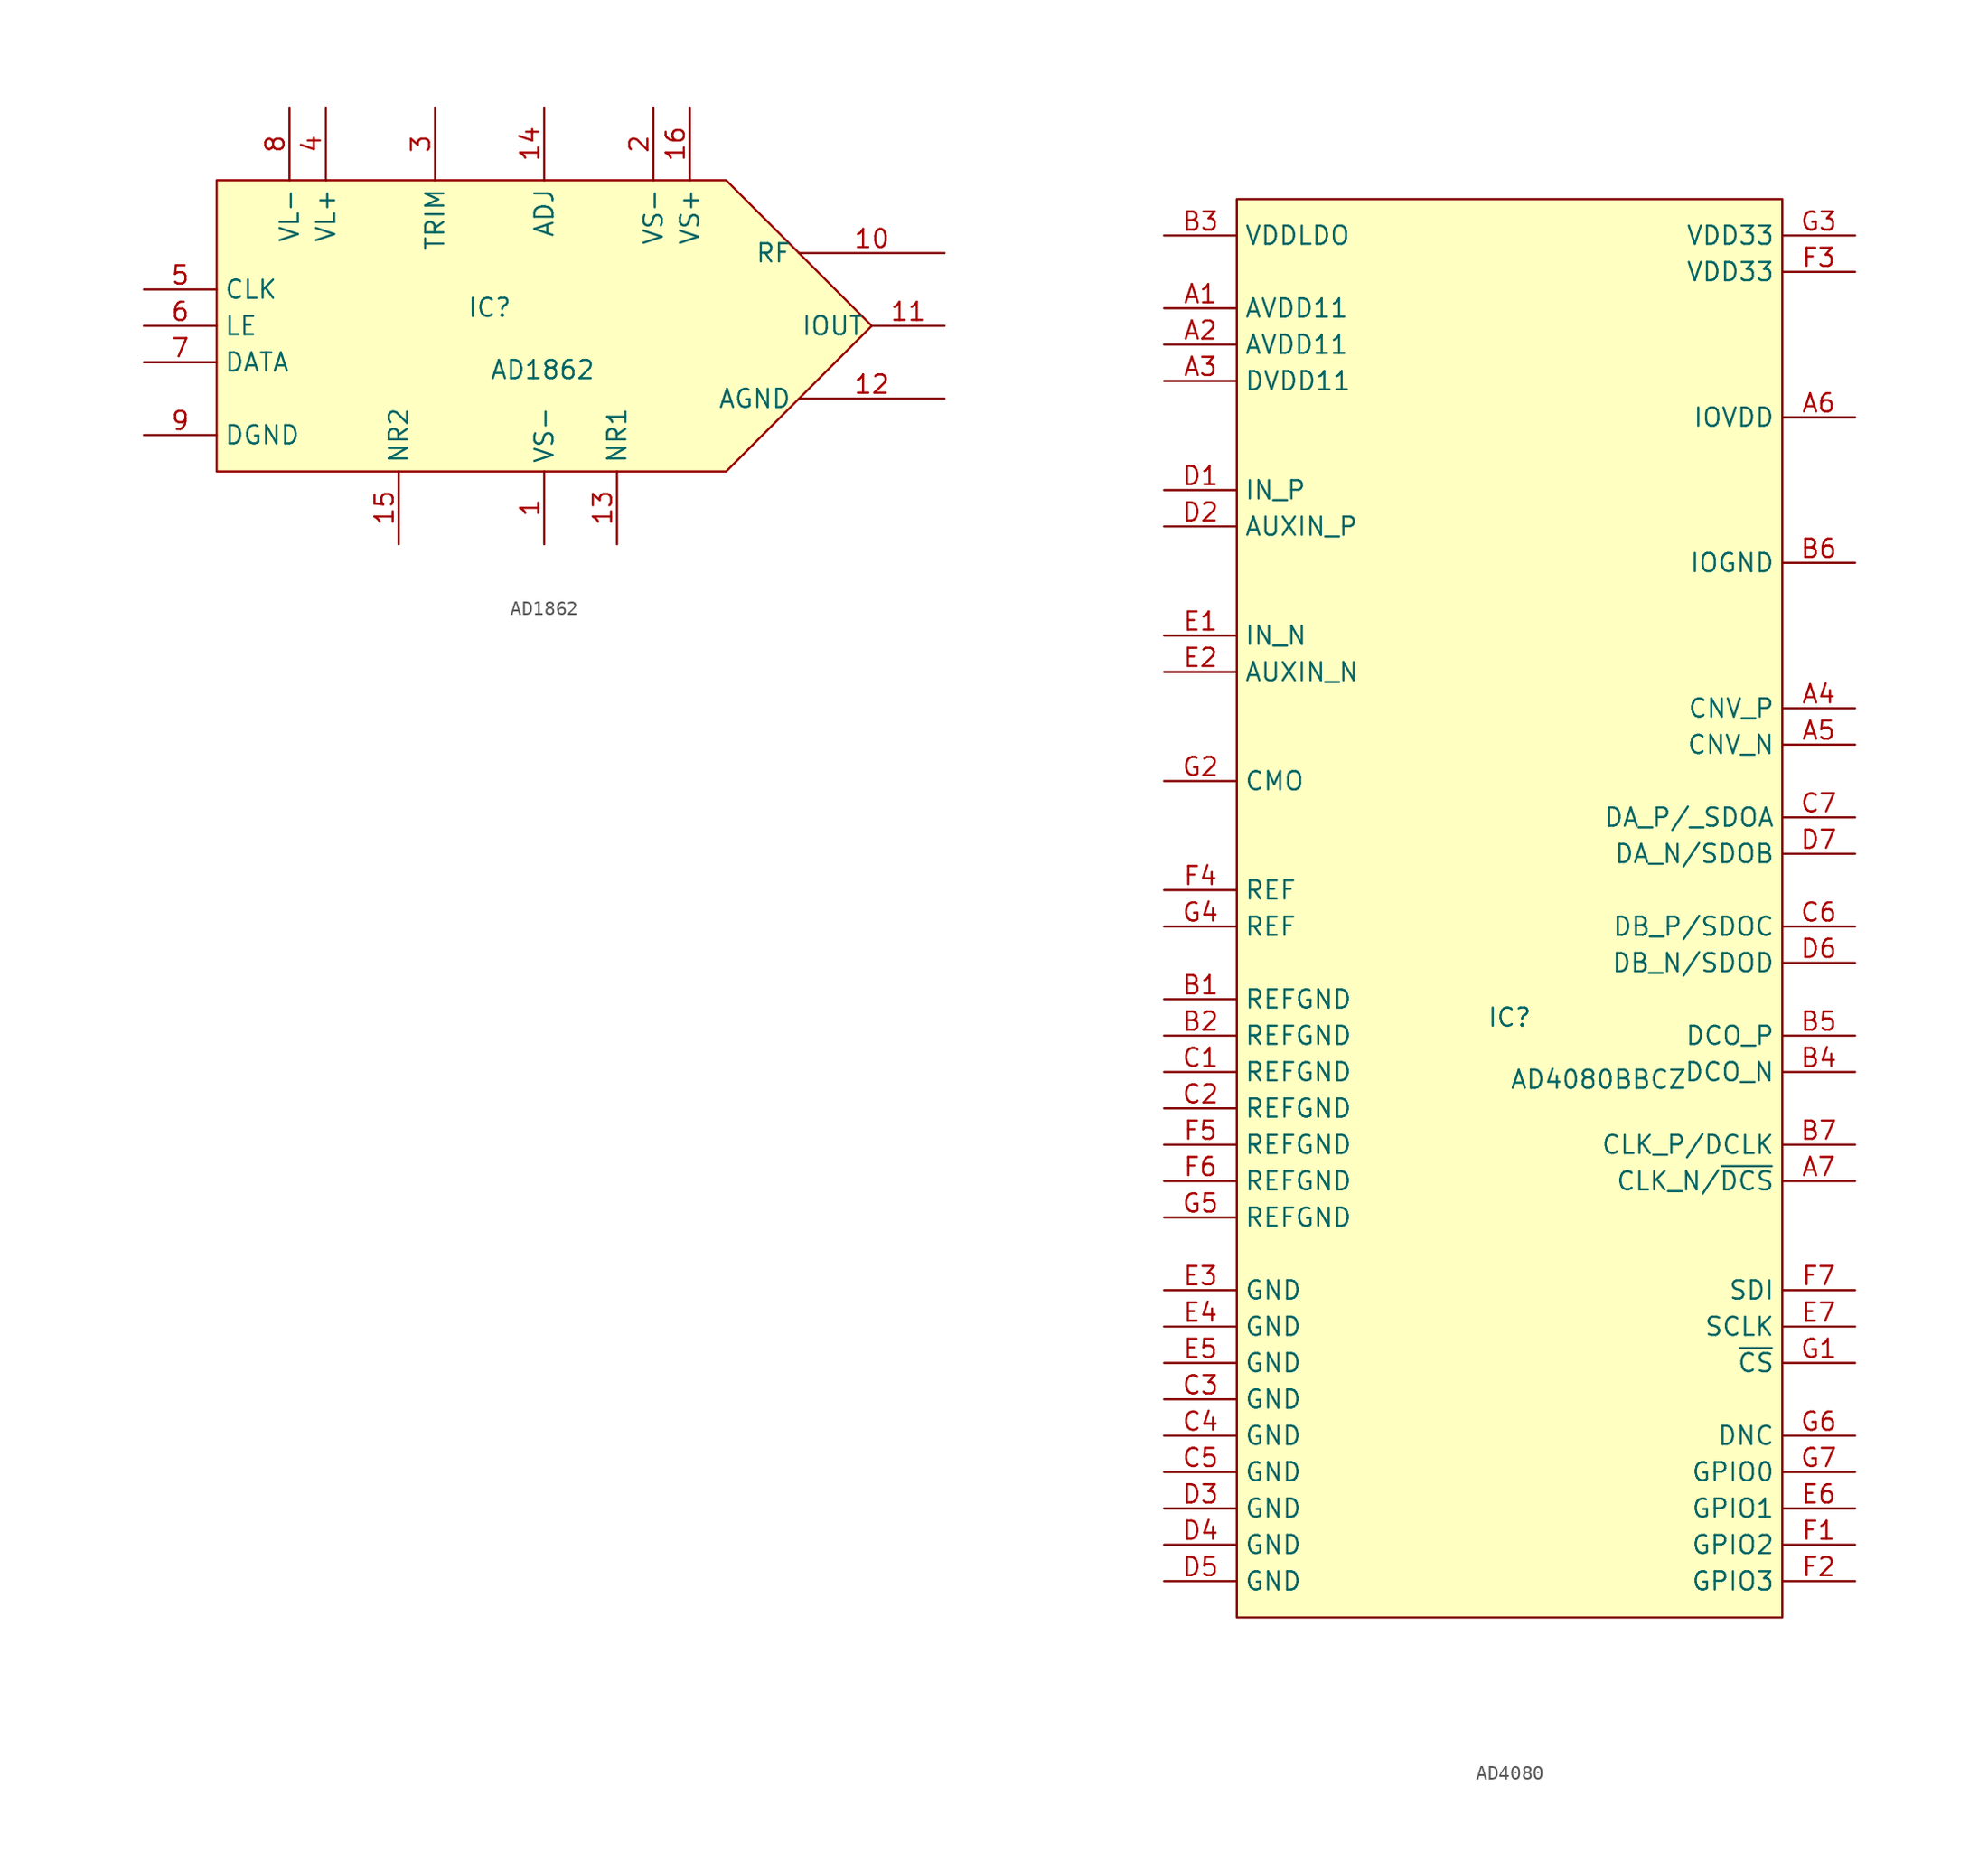
<source format=kicad_sym>
(kicad_symbol_lib
  (version 20231120)
  (generator "kicad_symbol_editor")
  (generator_version "8.0")
  (symbol "AD1862"
    (property "Reference" "IC"
      (at -1.27 1.27 0)
      (effects (font (size 1.27 1.27))))
    (property "Value" "AD1862"
      (at -1.27 -3.81 0)
      (effects (font (size 1.27 1.27)) (justify left bottom)))
    (symbol "AD1862_1_0"
      (polyline (pts (xy 25.4 0) (xy 15.24 10.16) (xy -20.32 10.16) (xy -20.32 -10.16) (xy 15.24 -10.16) (xy 25.4 0)) (stroke (width 0) (type solid) (color 152 0 0 1)) (fill (type background)))
      (pin passive line (at 2.54 -15.24 90) (length 5.08) (name "VS-" (effects (font (size 1.27 1.27)))) (number "1" (effects (font (size 1.27 1.27)))))
      (pin passive line (at 30.48 5.08 180) (length 10.16) (name "RF" (effects (font (size 1.27 1.27)))) (number "10" (effects (font (size 1.27 1.27)))))
      (pin passive line (at 30.48 0 180) (length 5.08) (name "IOUT" (effects (font (size 1.27 1.27)))) (number "11" (effects (font (size 1.27 1.27)))))
      (pin passive line (at 30.48 -5.08 180) (length 10.16) (name "AGND" (effects (font (size 1.27 1.27)))) (number "12" (effects (font (size 1.27 1.27)))))
      (pin passive line (at 7.62 -15.24 90) (length 5.08) (name "NR1" (effects (font (size 1.27 1.27)))) (number "13" (effects (font (size 1.27 1.27)))))
      (pin passive line (at 2.54 15.24 270) (length 5.08) (name "ADJ" (effects (font (size 1.27 1.27)))) (number "14" (effects (font (size 1.27 1.27)))))
      (pin passive line (at -7.62 -15.24 90) (length 5.08) (name "NR2" (effects (font (size 1.27 1.27)))) (number "15" (effects (font (size 1.27 1.27)))))
      (pin passive line (at 12.7 15.24 270) (length 5.08) (name "VS+" (effects (font (size 1.27 1.27)))) (number "16" (effects (font (size 1.27 1.27)))))
      (pin passive line (at 10.16 15.24 270) (length 5.08) (name "VS-" (effects (font (size 1.27 1.27)))) (number "2" (effects (font (size 1.27 1.27)))))
      (pin passive line (at -5.08 15.24 270) (length 5.08) (name "TRIM" (effects (font (size 1.27 1.27)))) (number "3" (effects (font (size 1.27 1.27)))))
      (pin passive line (at -12.7 15.24 270) (length 5.08) (name "VL+" (effects (font (size 1.27 1.27)))) (number "4" (effects (font (size 1.27 1.27)))))
      (pin input line (at -25.4 2.54 0) (length 5.08) (name "CLK" (effects (font (size 1.27 1.27)))) (number "5" (effects (font (size 1.27 1.27)))))
      (pin input line (at -25.4 0 0) (length 5.08) (name "LE" (effects (font (size 1.27 1.27)))) (number "6" (effects (font (size 1.27 1.27)))))
      (pin input line (at -25.4 -2.54 0) (length 5.08) (name "DATA" (effects (font (size 1.27 1.27)))) (number "7" (effects (font (size 1.27 1.27)))))
      (pin passive line (at -15.24 15.24 270) (length 5.08) (name "VL-" (effects (font (size 1.27 1.27)))) (number "8" (effects (font (size 1.27 1.27)))))
      (pin passive line (at -25.4 -7.62 0) (length 5.08) (name "DGND" (effects (font (size 1.27 1.27)))) (number "9" (effects (font (size 1.27 1.27)))))))
  (symbol "AD4080"
    (property "Reference" "IC"
      (at -1.27 1.27 0)
      (effects (font (size 1.27 1.27))))
    (property "Value" "AD4080BBCZ"
      (at -1.27 -3.81 0)
      (effects (font (size 1.27 1.27)) (justify left bottom)))
    (symbol "AD4080_1_0"
      (rectangle (start -20.32 58.42) (end 17.78 -40.64) (stroke (width 0) (type solid) (color 128 0 0 1)) (fill (type background)))
      (pin passive line (at -25.4 50.8 0) (length 5.08) (name "AVDD11" (effects (font (size 1.27 1.27)))) (number "A1" (effects (font (size 1.27 1.27)))))
      (pin passive line (at -25.4 48.26 0) (length 5.08) (name "AVDD11" (effects (font (size 1.27 1.27)))) (number "A2" (effects (font (size 1.27 1.27)))))
      (pin passive line (at -25.4 45.72 0) (length 5.08) (name "DVDD11" (effects (font (size 1.27 1.27)))) (number "A3" (effects (font (size 1.27 1.27)))))
      (pin input line (at 22.86 22.86 180) (length 5.08) (name "CNV_P" (effects (font (size 1.27 1.27)))) (number "A4" (effects (font (size 1.27 1.27)))))
      (pin input line (at 22.86 20.32 180) (length 5.08) (name "CNV_N" (effects (font (size 1.27 1.27)))) (number "A5" (effects (font (size 1.27 1.27)))))
      (pin passive line (at 22.86 43.18 180) (length 5.08) (name "IOVDD" (effects (font (size 1.27 1.27)))) (number "A6" (effects (font (size 1.27 1.27)))))
      (pin input line (at 22.86 -10.16 180) (length 5.08) (name "CLK_N/~{DCS}" (effects (font (size 1.27 1.27)))) (number "A7" (effects (font (size 1.27 1.27)))))
      (pin passive line (at -25.4 2.54 0) (length 5.08) (name "REFGND" (effects (font (size 1.27 1.27)))) (number "B1" (effects (font (size 1.27 1.27)))))
      (pin passive line (at -25.4 0 0) (length 5.08) (name "REFGND" (effects (font (size 1.27 1.27)))) (number "B2" (effects (font (size 1.27 1.27)))))
      (pin passive line (at -25.4 55.88 0) (length 5.08) (name "VDDLDO" (effects (font (size 1.27 1.27)))) (number "B3" (effects (font (size 1.27 1.27)))))
      (pin output line (at 22.86 -2.54 180) (length 5.08) (name "DCO_N" (effects (font (size 1.27 1.27)))) (number "B4" (effects (font (size 1.27 1.27)))))
      (pin output line (at 22.86 0 180) (length 5.08) (name "DCO_P" (effects (font (size 1.27 1.27)))) (number "B5" (effects (font (size 1.27 1.27)))))
      (pin passive line (at 22.86 33.02 180) (length 5.08) (name "IOGND" (effects (font (size 1.27 1.27)))) (number "B6" (effects (font (size 1.27 1.27)))))
      (pin input line (at 22.86 -7.62 180) (length 5.08) (name "CLK_P/DCLK" (effects (font (size 1.27 1.27)))) (number "B7" (effects (font (size 1.27 1.27)))))
      (pin passive line (at -25.4 -2.54 0) (length 5.08) (name "REFGND" (effects (font (size 1.27 1.27)))) (number "C1" (effects (font (size 1.27 1.27)))))
      (pin passive line (at -25.4 -5.08 0) (length 5.08) (name "REFGND" (effects (font (size 1.27 1.27)))) (number "C2" (effects (font (size 1.27 1.27)))))
      (pin passive line (at -25.4 -25.4 0) (length 5.08) (name "GND" (effects (font (size 1.27 1.27)))) (number "C3" (effects (font (size 1.27 1.27)))))
      (pin passive line (at -25.4 -27.94 0) (length 5.08) (name "GND" (effects (font (size 1.27 1.27)))) (number "C4" (effects (font (size 1.27 1.27)))))
      (pin passive line (at -25.4 -30.48 0) (length 5.08) (name "GND" (effects (font (size 1.27 1.27)))) (number "C5" (effects (font (size 1.27 1.27)))))
      (pin output line (at 22.86 7.62 180) (length 5.08) (name "DB_P/SDOC" (effects (font (size 1.27 1.27)))) (number "C6" (effects (font (size 1.27 1.27)))))
      (pin output line (at 22.86 15.24 180) (length 5.08) (name "DA_P/_SDOA" (effects (font (size 1.27 1.27)))) (number "C7" (effects (font (size 1.27 1.27)))))
      (pin passive line (at -25.4 38.1 0) (length 5.08) (name "IN_P" (effects (font (size 1.27 1.27)))) (number "D1" (effects (font (size 1.27 1.27)))))
      (pin passive line (at -25.4 35.56 0) (length 5.08) (name "AUXIN_P" (effects (font (size 1.27 1.27)))) (number "D2" (effects (font (size 1.27 1.27)))))
      (pin passive line (at -25.4 -33.02 0) (length 5.08) (name "GND" (effects (font (size 1.27 1.27)))) (number "D3" (effects (font (size 1.27 1.27)))))
      (pin passive line (at -25.4 -35.56 0) (length 5.08) (name "GND" (effects (font (size 1.27 1.27)))) (number "D4" (effects (font (size 1.27 1.27)))))
      (pin passive line (at -25.4 -38.1 0) (length 5.08) (name "GND" (effects (font (size 1.27 1.27)))) (number "D5" (effects (font (size 1.27 1.27)))))
      (pin output line (at 22.86 5.08 180) (length 5.08) (name "DB_N/SDOD" (effects (font (size 1.27 1.27)))) (number "D6" (effects (font (size 1.27 1.27)))))
      (pin output line (at 22.86 12.7 180) (length 5.08) (name "DA_N/SDOB" (effects (font (size 1.27 1.27)))) (number "D7" (effects (font (size 1.27 1.27)))))
      (pin passive line (at -25.4 27.94 0) (length 5.08) (name "IN_N" (effects (font (size 1.27 1.27)))) (number "E1" (effects (font (size 1.27 1.27)))))
      (pin passive line (at -25.4 25.4 0) (length 5.08) (name "AUXIN_N" (effects (font (size 1.27 1.27)))) (number "E2" (effects (font (size 1.27 1.27)))))
      (pin passive line (at -25.4 -17.78 0) (length 5.08) (name "GND" (effects (font (size 1.27 1.27)))) (number "E3" (effects (font (size 1.27 1.27)))))
      (pin passive line (at -25.4 -20.32 0) (length 5.08) (name "GND" (effects (font (size 1.27 1.27)))) (number "E4" (effects (font (size 1.27 1.27)))))
      (pin passive line (at -25.4 -22.86 0) (length 5.08) (name "GND" (effects (font (size 1.27 1.27)))) (number "E5" (effects (font (size 1.27 1.27)))))
      (pin bidirectional line (at 22.86 -33.02 180) (length 5.08) (name "GPIO1" (effects (font (size 1.27 1.27)))) (number "E6" (effects (font (size 1.27 1.27)))))
      (pin input line (at 22.86 -20.32 180) (length 5.08) (name "SCLK" (effects (font (size 1.27 1.27)))) (number "E7" (effects (font (size 1.27 1.27)))))
      (pin bidirectional line (at 22.86 -35.56 180) (length 5.08) (name "GPIO2" (effects (font (size 1.27 1.27)))) (number "F1" (effects (font (size 1.27 1.27)))))
      (pin bidirectional line (at 22.86 -38.1 180) (length 5.08) (name "GPIO3" (effects (font (size 1.27 1.27)))) (number "F2" (effects (font (size 1.27 1.27)))))
      (pin passive line (at 22.86 53.34 180) (length 5.08) (name "VDD33" (effects (font (size 1.27 1.27)))) (number "F3" (effects (font (size 1.27 1.27)))))
      (pin passive line (at -25.4 10.16 0) (length 5.08) (name "REF" (effects (font (size 1.27 1.27)))) (number "F4" (effects (font (size 1.27 1.27)))))
      (pin passive line (at -25.4 -7.62 0) (length 5.08) (name "REFGND" (effects (font (size 1.27 1.27)))) (number "F5" (effects (font (size 1.27 1.27)))))
      (pin passive line (at -25.4 -10.16 0) (length 5.08) (name "REFGND" (effects (font (size 1.27 1.27)))) (number "F6" (effects (font (size 1.27 1.27)))))
      (pin input line (at 22.86 -17.78 180) (length 5.08) (name "SDI" (effects (font (size 1.27 1.27)))) (number "F7" (effects (font (size 1.27 1.27)))))
      (pin input line (at 22.86 -22.86 180) (length 5.08) (name "~{CS}" (effects (font (size 1.27 1.27)))) (number "G1" (effects (font (size 1.27 1.27)))))
      (pin passive line (at -25.4 17.78 0) (length 5.08) (name "CMO" (effects (font (size 1.27 1.27)))) (number "G2" (effects (font (size 1.27 1.27)))))
      (pin passive line (at 22.86 55.88 180) (length 5.08) (name "VDD33" (effects (font (size 1.27 1.27)))) (number "G3" (effects (font (size 1.27 1.27)))))
      (pin passive line (at -25.4 7.62 0) (length 5.08) (name "REF" (effects (font (size 1.27 1.27)))) (number "G4" (effects (font (size 1.27 1.27)))))
      (pin passive line (at -25.4 -12.7 0) (length 5.08) (name "REFGND" (effects (font (size 1.27 1.27)))) (number "G5" (effects (font (size 1.27 1.27)))))
      (pin passive line (at 22.86 -27.94 180) (length 5.08) (name "DNC" (effects (font (size 1.27 1.27)))) (number "G6" (effects (font (size 1.27 1.27)))))
      (pin bidirectional line (at 22.86 -30.48 180) (length 5.08) (name "GPIO0" (effects (font (size 1.27 1.27)))) (number "G7" (effects (font (size 1.27 1.27))))))))
</source>
